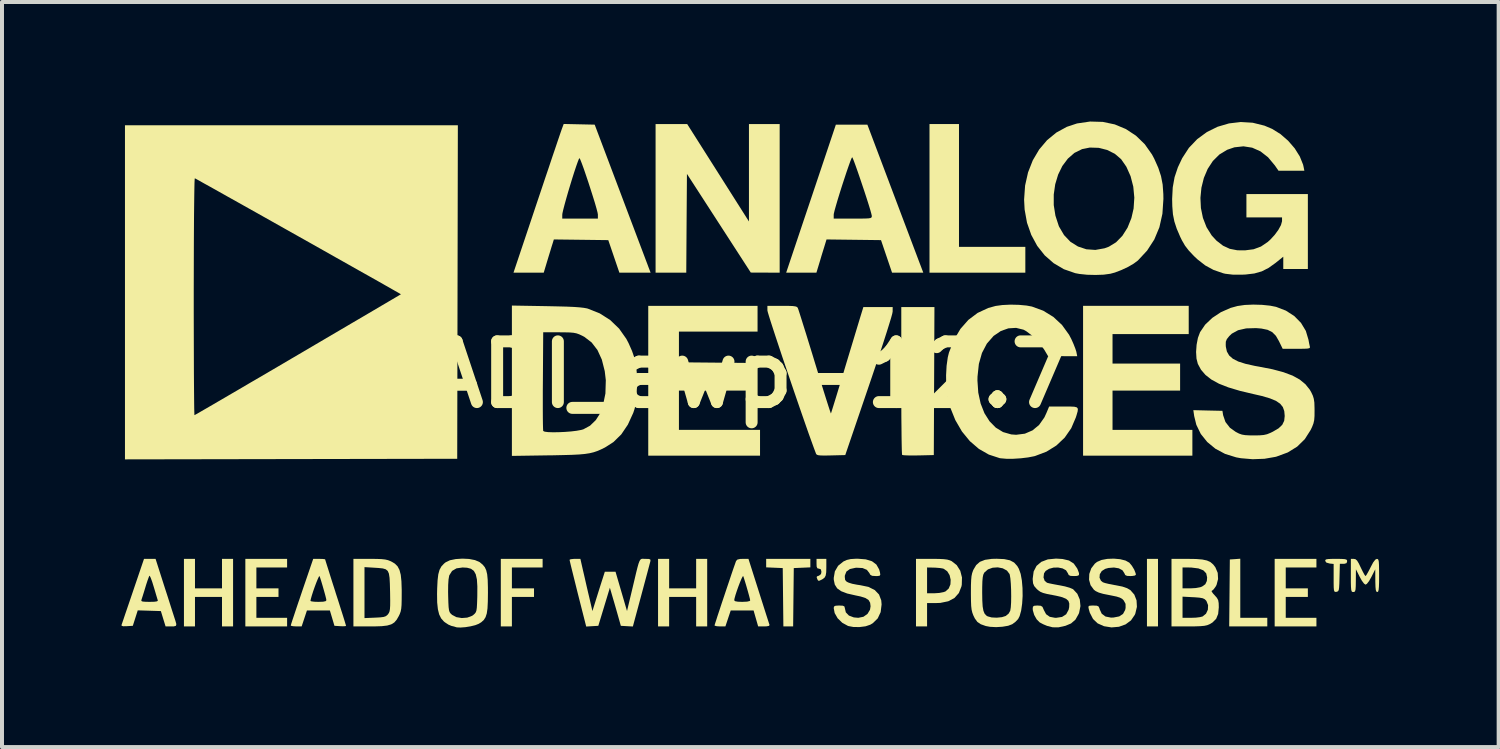
<source format=kicad_pcb>
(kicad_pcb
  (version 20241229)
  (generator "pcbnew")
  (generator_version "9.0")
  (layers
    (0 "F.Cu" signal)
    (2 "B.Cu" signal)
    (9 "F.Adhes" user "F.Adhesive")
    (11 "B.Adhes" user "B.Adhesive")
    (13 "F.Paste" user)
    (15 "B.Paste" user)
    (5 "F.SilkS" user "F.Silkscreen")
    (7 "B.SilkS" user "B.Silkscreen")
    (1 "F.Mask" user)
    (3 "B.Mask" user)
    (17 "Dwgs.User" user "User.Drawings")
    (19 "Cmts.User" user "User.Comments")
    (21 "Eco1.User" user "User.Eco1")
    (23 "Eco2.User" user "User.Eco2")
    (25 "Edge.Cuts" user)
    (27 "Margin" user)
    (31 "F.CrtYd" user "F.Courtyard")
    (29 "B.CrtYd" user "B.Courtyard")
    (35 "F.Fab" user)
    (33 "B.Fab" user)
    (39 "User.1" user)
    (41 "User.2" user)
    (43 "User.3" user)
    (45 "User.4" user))
  (footprint "ADI_awp-12.7"
    (layer "F.Cu")
    (at 15.776 6.351)
    (property "Reference" "ADI_awp-12.7" (at 0 0 0) (layer "F.SilkS") (effects (font (size 1.524 1.524) (thickness 0.3))))
    (attr board_only exclude_from_pos_files exclude_from_bom)
    (fp_poly (pts (xy 10.234 6.319) (xy 9.957 6.319) (xy 9.957 4.624) (xy 10.234 4.624)) (stroke (width 0) (type solid)) (fill yes) (layer "F.SilkS"))
    (fp_poly (pts (xy 5.24 -3.206) (xy 6.905 -3.206) (xy 6.905 -2.558) (xy 4.5 -2.558) (xy 4.5 -6.288) (xy 5.24 -6.288)) (stroke (width 0) (type solid)) (fill yes) (layer "F.SilkS"))
    (fp_poly (pts (xy 12.299 6.103) (xy 12.977 6.103) (xy 12.977 6.319) (xy 12.021 6.319) (xy 12.029 5.479) (xy 12.037 4.639) (xy 12.168 4.63) (xy 12.299 4.62)) (stroke (width 0) (type solid)) (fill yes) (layer "F.SilkS"))
    (fp_poly (pts (xy -5.209 4.84) (xy -5.98 4.84) (xy -5.98 5.364) (xy -5.425 5.364) (xy -5.425 5.579) (xy -5.98 5.579) (xy -5.98 6.319) (xy -6.258 6.319) (xy -6.258 4.624) (xy -5.209 4.624)) (stroke (width 0) (type solid)) (fill yes) (layer "F.SilkS"))
    (fp_poly (pts (xy -13.933 5.364) (xy -13.255 5.364) (xy -13.255 4.624) (xy -12.977 4.624) (xy -12.977 6.319) (xy -13.255 6.319) (xy -13.255 5.579) (xy -13.933 5.579) (xy -13.933 6.319) (xy -14.21 6.319) (xy -14.21 4.624) (xy -13.933 4.624)) (stroke (width 0) (type solid)) (fill yes) (layer "F.SilkS"))
    (fp_poly (pts (xy -11.621 4.84) (xy -12.392 4.84) (xy -12.392 5.364) (xy -11.837 5.364) (xy -11.837 5.579) (xy -12.392 5.579) (xy -12.392 6.103) (xy -11.621 6.103) (xy -11.621 6.319) (xy -12.669 6.319) (xy -12.669 4.624) (xy -11.621 4.624)) (stroke (width 0) (type solid)) (fill yes) (layer "F.SilkS"))
    (fp_poly (pts (xy -2.034 5.364) (xy -1.356 5.364) (xy -1.356 4.624) (xy -1.079 4.624) (xy -1.079 6.319) (xy -1.356 6.319) (xy -1.356 5.579) (xy -2.034 5.579) (xy -2.034 6.319) (xy -2.312 6.319) (xy -2.312 4.624) (xy -2.034 4.624)) (stroke (width 0) (type solid)) (fill yes) (layer "F.SilkS"))
    (fp_poly (pts (xy 1.51 4.837) (xy 1.302 4.846) (xy 1.094 4.855) (xy 1.086 5.587) (xy 1.078 6.319) (xy 0.833 6.319) (xy 0.825 5.587) (xy 0.817 4.855) (xy 0.609 4.846) (xy 0.401 4.837) (xy 0.401 4.624) (xy 1.51 4.624)) (stroke (width 0) (type solid)) (fill yes) (layer "F.SilkS"))
    (fp_poly (pts (xy 11.005 -1.017) (xy 9.093 -1.017) (xy 9.093 -0.277) (xy 10.789 -0.277) (xy 10.789 0.401) (xy 9.093 0.401) (xy 9.093 1.387) (xy 11.097 1.387) (xy 11.097 2.034) (xy 8.354 2.034) (xy 8.354 -1.726) (xy 11.005 -1.726)) (stroke (width 0) (type solid)) (fill yes) (layer "F.SilkS"))
    (fp_poly (pts (xy 14.21 4.84) (xy 13.44 4.84) (xy 13.44 5.364) (xy 13.995 5.364) (xy 13.995 5.579) (xy 13.44 5.579) (xy 13.44 6.103) (xy 14.21 6.103) (xy 14.21 6.319) (xy 13.162 6.319) (xy 13.162 4.624) (xy 14.21 4.624)) (stroke (width 0) (type solid)) (fill yes) (layer "F.SilkS"))
    (fp_poly (pts (xy -0.806 -5.066) (xy -0.031 -3.843) (xy -0.031 -6.288) (xy 0.74 -6.288) (xy 0.74 -2.558) (xy 0.015 -2.561) (xy -0.786 -3.799) (xy -1.587 -5.037) (xy -1.596 -3.798) (xy -1.604 -2.558) (xy -2.374 -2.558) (xy -2.374 -6.288) (xy -1.581 -6.288)) (stroke (width 0) (type solid)) (fill yes) (layer "F.SilkS"))
    (fp_poly (pts (xy 0.185 -1.079) (xy -1.788 -1.079) (xy -1.788 -0.309) (xy -0.917 -0.301) (xy -0.046 -0.293) (xy -0.029 0.401) (xy -1.788 0.401) (xy -1.788 1.387) (xy 0.247 1.387) (xy 0.247 2.034) (xy -2.558 2.034) (xy -2.558 -1.726) (xy 0.185 -1.726)) (stroke (width 0) (type solid)) (fill yes) (layer "F.SilkS"))
    (fp_poly (pts (xy 4.616 0.162) (xy 4.608 2.019) (xy 4.221 2.028) (xy 4.073 2.029) (xy 3.947 2.028) (xy 3.856 2.023) (xy 3.814 2.016) (xy 3.813 2.015) (xy 3.809 1.981) (xy 3.805 1.891) (xy 3.802 1.75) (xy 3.799 1.564) (xy 3.797 1.337) (xy 3.794 1.077) (xy 3.793 0.787) (xy 3.792 0.473) (xy 3.792 0.149) (xy 3.792 -1.695) (xy 4.624 -1.695)) (stroke (width 0) (type solid)) (fill yes) (layer "F.SilkS"))
    (fp_poly (pts (xy 1.911 4.832) (xy 1.908 4.96) (xy 1.895 5.041) (xy 1.868 5.093) (xy 1.821 5.13) (xy 1.798 5.143) (xy 1.735 5.173) (xy 1.704 5.17) (xy 1.684 5.131) (xy 1.683 5.13) (xy 1.667 5.079) (xy 1.687 5.058) (xy 1.726 5.046) (xy 1.777 5.006) (xy 1.788 4.95) (xy 1.775 4.888) (xy 1.728 4.87) (xy 1.726 4.87) (xy 1.686 4.86) (xy 1.668 4.818) (xy 1.665 4.747) (xy 1.665 4.624) (xy 1.911 4.624)) (stroke (width 0) (type solid)) (fill yes) (layer "F.SilkS"))
    (fp_poly (pts (xy 14.834 4.625) (xy 14.916 4.63) (xy 14.961 4.641) (xy 14.978 4.661) (xy 14.981 4.685) (xy 14.966 4.731) (xy 14.912 4.747) (xy 14.89 4.747) (xy 14.798 4.747) (xy 14.789 5.094) (xy 14.785 5.244) (xy 14.779 5.344) (xy 14.77 5.404) (xy 14.754 5.434) (xy 14.73 5.447) (xy 14.711 5.451) (xy 14.682 5.453) (xy 14.662 5.442) (xy 14.65 5.408) (xy 14.644 5.342) (xy 14.642 5.232) (xy 14.642 5.106) (xy 14.642 4.751) (xy 14.542 4.741) (xy 14.459 4.717) (xy 14.432 4.678) (xy 14.433 4.652) (xy 14.456 4.636) (xy 14.511 4.628) (xy 14.611 4.624) (xy 14.701 4.624)) (stroke (width 0) (type solid)) (fill yes) (layer "F.SilkS"))
    (fp_poly (pts (xy 4.729 4.625) (xy 4.855 4.631) (xy 4.945 4.642) (xy 5.011 4.661) (xy 5.056 4.681) (xy 5.184 4.782) (xy 5.272 4.922) (xy 5.315 5.09) (xy 5.31 5.274) (xy 5.302 5.315) (xy 5.237 5.481) (xy 5.127 5.605) (xy 4.971 5.688) (xy 4.771 5.729) (xy 4.663 5.733) (xy 4.439 5.733) (xy 4.439 6.319) (xy 4.161 6.319) (xy 4.161 4.84) (xy 4.439 4.84) (xy 4.439 5.487) (xy 4.625 5.487) (xy 4.747 5.479) (xy 4.854 5.458) (xy 4.901 5.441) (xy 4.982 5.368) (xy 5.025 5.265) (xy 5.031 5.147) (xy 5.004 5.031) (xy 4.944 4.934) (xy 4.854 4.872) (xy 4.837 4.866) (xy 4.763 4.854) (xy 4.657 4.845) (xy 4.601 4.843) (xy 4.439 4.84) (xy 4.161 4.84) (xy 4.161 4.624) (xy 4.555 4.624)) (stroke (width 0) (type solid)) (fill yes) (layer "F.SilkS"))
    (fp_poly (pts (xy -9.376 4.625) (xy -9.25 4.63) (xy -9.159 4.64) (xy -9.087 4.657) (xy -9.022 4.683) (xy -9.007 4.69) (xy -8.916 4.744) (xy -8.849 4.811) (xy -8.801 4.902) (xy -8.769 5.024) (xy -8.752 5.187) (xy -8.745 5.399) (xy -8.745 5.476) (xy -8.746 5.653) (xy -8.749 5.781) (xy -8.757 5.873) (xy -8.771 5.944) (xy -8.793 6.006) (xy -8.819 6.06) (xy -8.872 6.152) (xy -8.931 6.22) (xy -9.007 6.267) (xy -9.109 6.297) (xy -9.247 6.313) (xy -9.433 6.319) (xy -9.532 6.319) (xy -9.957 6.319) (xy -9.957 4.831) (xy -9.679 4.831) (xy -9.679 6.11) (xy -9.414 6.099) (xy -9.283 6.092) (xy -9.197 6.081) (xy -9.143 6.062) (xy -9.104 6.031) (xy -9.089 6.013) (xy -9.066 5.98) (xy -9.05 5.94) (xy -9.04 5.882) (xy -9.035 5.798) (xy -9.034 5.674) (xy -9.036 5.503) (xy -9.037 5.451) (xy -9.042 5.249) (xy -9.05 5.1) (xy -9.066 4.995) (xy -9.096 4.927) (xy -9.145 4.886) (xy -9.219 4.864) (xy -9.322 4.853) (xy -9.414 4.847) (xy -9.679 4.831) (xy -9.957 4.831) (xy -9.957 4.624) (xy -9.55 4.624)) (stroke (width 0) (type solid)) (fill yes) (layer "F.SilkS"))
    (fp_poly (pts (xy 15.191 4.633) (xy 15.23 4.667) (xy 15.273 4.738) (xy 15.322 4.84) (xy 15.372 4.942) (xy 15.413 5.018) (xy 15.439 5.054) (xy 15.442 5.055) (xy 15.464 5.03) (xy 15.504 4.961) (xy 15.555 4.864) (xy 15.567 4.84) (xy 15.634 4.713) (xy 15.688 4.643) (xy 15.727 4.624) (xy 15.749 4.629) (xy 15.765 4.649) (xy 15.775 4.695) (xy 15.78 4.776) (xy 15.782 4.902) (xy 15.783 5.04) (xy 15.782 5.21) (xy 15.778 5.328) (xy 15.771 5.402) (xy 15.759 5.442) (xy 15.742 5.456) (xy 15.736 5.456) (xy 15.714 5.445) (xy 15.7 5.406) (xy 15.692 5.327) (xy 15.688 5.199) (xy 15.688 5.171) (xy 15.686 4.886) (xy 15.589 5.078) (xy 15.53 5.182) (xy 15.477 5.25) (xy 15.443 5.271) (xy 15.404 5.244) (xy 15.35 5.172) (xy 15.298 5.078) (xy 15.201 4.886) (xy 15.199 5.171) (xy 15.197 5.305) (xy 15.192 5.389) (xy 15.18 5.434) (xy 15.161 5.453) (xy 15.135 5.456) (xy 15.11 5.453) (xy 15.093 5.436) (xy 15.083 5.397) (xy 15.077 5.326) (xy 15.074 5.213) (xy 15.074 5.048) (xy 15.074 5.04) (xy 15.074 4.624) (xy 15.148 4.624)) (stroke (width 0) (type solid)) (fill yes) (layer "F.SilkS"))
    (fp_poly (pts (xy -14.688 5.356) (xy -14.621 5.562) (xy -14.56 5.754) (xy -14.507 5.921) (xy -14.464 6.054) (xy -14.435 6.144) (xy -14.424 6.177) (xy -14.401 6.261) (xy -14.41 6.303) (xy -14.462 6.318) (xy -14.533 6.319) (xy -14.671 6.319) (xy -14.73 6.127) (xy -14.789 5.934) (xy -15.369 5.916) (xy -15.431 6.11) (xy -15.493 6.304) (xy -15.642 6.313) (xy -15.733 6.315) (xy -15.774 6.303) (xy -15.776 6.282) (xy -15.763 6.244) (xy -15.732 6.154) (xy -15.688 6.023) (xy -15.631 5.856) (xy -15.565 5.663) (xy -15.563 5.657) (xy -15.278 5.657) (xy -15.278 5.681) (xy -15.246 5.695) (xy -15.172 5.701) (xy -15.074 5.703) (xy -14.953 5.7) (xy -14.886 5.69) (xy -14.865 5.672) (xy -14.866 5.664) (xy -14.88 5.62) (xy -14.907 5.53) (xy -14.942 5.411) (xy -14.968 5.325) (xy -15.006 5.202) (xy -15.04 5.108) (xy -15.065 5.055) (xy -15.076 5.047) (xy -15.094 5.086) (xy -15.124 5.168) (xy -15.161 5.281) (xy -15.179 5.341) (xy -15.217 5.466) (xy -15.25 5.571) (xy -15.273 5.641) (xy -15.278 5.657) (xy -15.563 5.657) (xy -15.493 5.451) (xy -15.487 5.433) (xy -15.212 4.624) (xy -14.922 4.624)) (stroke (width 0) (type solid)) (fill yes) (layer "F.SilkS"))
    (fp_poly (pts (xy -10.729 4.626) (xy -10.675 4.633) (xy -10.666 4.638) (xy -10.657 4.67) (xy -10.631 4.753) (xy -10.591 4.879) (xy -10.54 5.042) (xy -10.48 5.232) (xy -10.412 5.443) (xy -10.404 5.471) (xy -10.335 5.684) (xy -10.274 5.878) (xy -10.221 6.044) (xy -10.18 6.176) (xy -10.153 6.266) (xy -10.142 6.305) (xy -10.142 6.306) (xy -10.169 6.314) (xy -10.239 6.315) (xy -10.287 6.313) (xy -10.433 6.304) (xy -10.548 5.918) (xy -11.123 5.918) (xy -11.256 6.319) (xy -11.392 6.319) (xy -11.474 6.314) (xy -11.523 6.303) (xy -11.529 6.296) (xy -11.52 6.262) (xy -11.493 6.177) (xy -11.45 6.049) (xy -11.396 5.886) (xy -11.332 5.695) (xy -11.326 5.68) (xy -11.035 5.68) (xy -11.007 5.691) (xy -10.934 5.7) (xy -10.835 5.703) (xy -10.718 5.699) (xy -10.654 5.685) (xy -10.635 5.662) (xy -10.643 5.618) (xy -10.665 5.531) (xy -10.696 5.419) (xy -10.731 5.297) (xy -10.765 5.183) (xy -10.794 5.092) (xy -10.808 5.055) (xy -10.822 5.068) (xy -10.85 5.127) (xy -10.887 5.217) (xy -10.928 5.326) (xy -10.968 5.44) (xy -11.002 5.547) (xy -11.026 5.632) (xy -11.035 5.68) (xy -11.326 5.68) (xy -11.26 5.484) (xy -11.248 5.448) (xy -10.966 4.624) (xy -10.816 4.624)) (stroke (width 0) (type solid)) (fill yes) (layer "F.SilkS"))
    (fp_poly (pts (xy -2.665 4.623) (xy -2.631 4.624) (xy -2.545 4.626) (xy -2.507 4.639) (xy -2.502 4.671) (xy -2.507 4.693) (xy -2.52 4.741) (xy -2.546 4.839) (xy -2.583 4.98) (xy -2.63 5.154) (xy -2.683 5.352) (xy -2.734 5.542) (xy -2.944 6.321) (xy -3.095 6.313) (xy -3.246 6.304) (xy -3.32 6.042) (xy -3.364 5.887) (xy -3.412 5.721) (xy -3.454 5.578) (xy -3.458 5.564) (xy -3.521 5.348) (xy -3.666 5.826) (xy -3.811 6.304) (xy -3.963 6.313) (xy -4.115 6.322) (xy -4.325 5.496) (xy -4.379 5.279) (xy -4.428 5.082) (xy -4.47 4.913) (xy -4.503 4.779) (xy -4.524 4.688) (xy -4.533 4.648) (xy -4.533 4.647) (xy -4.504 4.633) (xy -4.434 4.625) (xy -4.396 4.624) (xy -4.261 4.624) (xy -4.193 4.924) (xy -4.155 5.087) (xy -4.111 5.281) (xy -4.066 5.475) (xy -4.041 5.579) (xy -3.959 5.934) (xy -3.858 5.61) (xy -3.81 5.456) (xy -3.762 5.304) (xy -3.721 5.175) (xy -3.702 5.117) (xy -3.648 4.947) (xy -3.379 4.947) (xy -3.235 5.44) (xy -3.091 5.933) (xy -2.962 5.394) (xy -2.906 5.159) (xy -2.863 4.976) (xy -2.829 4.84) (xy -2.802 4.744) (xy -2.778 4.681) (xy -2.756 4.644) (xy -2.731 4.626) (xy -2.702 4.621)) (stroke (width 0) (type solid)) (fill yes) (layer "F.SilkS"))
    (fp_poly (pts (xy 0.214 5.433) (xy 0.282 5.647) (xy 0.344 5.842) (xy 0.398 6.011) (xy 0.441 6.145) (xy 0.471 6.238) (xy 0.485 6.28) (xy 0.485 6.281) (xy 0.474 6.305) (xy 0.413 6.317) (xy 0.35 6.319) (xy 0.2 6.319) (xy 0.085 5.918) (xy -0.488 5.918) (xy -0.555 6.119) (xy -0.622 6.319) (xy -0.758 6.319) (xy -0.84 6.314) (xy -0.888 6.301) (xy -0.894 6.294) (xy -0.885 6.26) (xy -0.858 6.178) (xy -0.819 6.055) (xy -0.768 5.902) (xy -0.711 5.728) (xy -0.689 5.663) (xy -0.401 5.663) (xy -0.379 5.686) (xy -0.309 5.699) (xy -0.2 5.703) (xy -0.076 5.697) (xy -0.011 5.681) (xy 0 5.666) (xy -0.008 5.624) (xy -0.03 5.539) (xy -0.061 5.428) (xy -0.096 5.306) (xy -0.131 5.19) (xy -0.16 5.097) (xy -0.175 5.055) (xy -0.189 5.066) (xy -0.218 5.122) (xy -0.255 5.21) (xy -0.296 5.317) (xy -0.336 5.43) (xy -0.37 5.534) (xy -0.393 5.618) (xy -0.401 5.663) (xy -0.689 5.663) (xy -0.648 5.541) (xy -0.585 5.352) (xy -0.523 5.169) (xy -0.467 5.001) (xy -0.418 4.858) (xy -0.38 4.75) (xy -0.357 4.685) (xy -0.354 4.678) (xy -0.322 4.642) (xy -0.253 4.626) (xy -0.188 4.624) (xy -0.043 4.624)) (stroke (width 0) (type solid)) (fill yes) (layer "F.SilkS"))
    (fp_poly (pts (xy 3.581 -4.578) (xy 3.699 -4.265) (xy 3.812 -3.965) (xy 3.918 -3.685) (xy 4.015 -3.428) (xy 4.1 -3.203) (xy 4.172 -3.013) (xy 4.228 -2.864) (xy 4.266 -2.764) (xy 4.283 -2.72) (xy 4.344 -2.558) (xy 3.952 -2.559) (xy 3.56 -2.559) (xy 3.283 -3.375) (xy 1.916 -3.392) (xy 1.885 -3.291) (xy 1.863 -3.219) (xy 1.828 -3.106) (xy 1.786 -2.97) (xy 1.758 -2.874) (xy 1.662 -2.558) (xy 0.903 -2.558) (xy 1.358 -3.915) (xy 2.096 -3.915) (xy 2.574 -3.915) (xy 2.755 -3.915) (xy 2.883 -3.917) (xy 2.968 -3.921) (xy 3.018 -3.929) (xy 3.043 -3.943) (xy 3.051 -3.963) (xy 3.052 -3.984) (xy 3.042 -4.03) (xy 3.017 -4.122) (xy 2.978 -4.251) (xy 2.929 -4.406) (xy 2.873 -4.578) (xy 2.813 -4.757) (xy 2.753 -4.935) (xy 2.696 -5.101) (xy 2.645 -5.245) (xy 2.603 -5.359) (xy 2.573 -5.432) (xy 2.56 -5.456) (xy 2.543 -5.428) (xy 2.512 -5.351) (xy 2.47 -5.234) (xy 2.419 -5.087) (xy 2.364 -4.92) (xy 2.306 -4.743) (xy 2.25 -4.566) (xy 2.198 -4.397) (xy 2.154 -4.247) (xy 2.12 -4.126) (xy 2.1 -4.043) (xy 2.096 -4.014) (xy 2.096 -3.915) (xy 1.358 -3.915) (xy 1.527 -4.416) (xy 2.15 -6.273) (xy 2.941 -6.273)) (stroke (width 0) (type solid)) (fill yes) (layer "F.SilkS"))
    (fp_poly (pts (xy -3.902 -6.273) (xy -3.262 -4.578) (xy -3.144 -4.265) (xy -3.031 -3.965) (xy -2.925 -3.685) (xy -2.828 -3.428) (xy -2.743 -3.203) (xy -2.671 -3.013) (xy -2.615 -2.864) (xy -2.577 -2.764) (xy -2.561 -2.72) (xy -2.499 -2.558) (xy -2.891 -2.559) (xy -3.283 -2.559) (xy -3.561 -3.375) (xy -4.927 -3.392) (xy -4.958 -3.291) (xy -4.981 -3.219) (xy -5.015 -3.106) (xy -5.057 -2.97) (xy -5.086 -2.874) (xy -5.181 -2.558) (xy -5.94 -2.558) (xy -5.485 -3.915) (xy -4.716 -3.915) (xy -3.822 -3.915) (xy -3.822 -4.02) (xy -3.832 -4.074) (xy -3.858 -4.173) (xy -3.897 -4.309) (xy -3.947 -4.47) (xy -4.003 -4.646) (xy -4.061 -4.826) (xy -4.12 -5.001) (xy -4.174 -5.16) (xy -4.222 -5.291) (xy -4.259 -5.386) (xy -4.282 -5.432) (xy -4.283 -5.433) (xy -4.298 -5.413) (xy -4.326 -5.343) (xy -4.365 -5.233) (xy -4.412 -5.092) (xy -4.464 -4.929) (xy -4.517 -4.755) (xy -4.57 -4.579) (xy -4.618 -4.411) (xy -4.66 -4.259) (xy -4.692 -4.135) (xy -4.712 -4.046) (xy -4.716 -4.009) (xy -4.716 -3.915) (xy -5.485 -3.915) (xy -5.359 -4.292) (xy -5.252 -4.61) (xy -5.151 -4.912) (xy -5.055 -5.195) (xy -4.969 -5.453) (xy -4.892 -5.679) (xy -4.828 -5.869) (xy -4.778 -6.016) (xy -4.744 -6.115) (xy -4.729 -6.158) (xy -4.68 -6.29)) (stroke (width 0) (type solid)) (fill yes) (layer "F.SilkS"))
    (fp_poly (pts (xy 10.981 4.624) (xy 11.189 4.627) (xy 11.346 4.64) (xy 11.463 4.665) (xy 11.55 4.705) (xy 11.62 4.765) (xy 11.674 4.836) (xy 11.733 4.975) (xy 11.742 5.13) (xy 11.703 5.279) (xy 11.68 5.321) (xy 11.631 5.388) (xy 11.59 5.423) (xy 11.582 5.425) (xy 11.581 5.445) (xy 11.616 5.494) (xy 11.654 5.535) (xy 11.712 5.601) (xy 11.744 5.659) (xy 11.757 5.734) (xy 11.76 5.841) (xy 11.744 6.006) (xy 11.694 6.128) (xy 11.601 6.221) (xy 11.526 6.265) (xy 11.47 6.288) (xy 11.397 6.304) (xy 11.296 6.313) (xy 11.156 6.318) (xy 10.997 6.319) (xy 10.573 6.319) (xy 10.573 5.572) (xy 10.85 5.572) (xy 10.85 6.103) (xy 11.065 6.103) (xy 11.185 6.099) (xy 11.29 6.086) (xy 11.354 6.069) (xy 11.439 6) (xy 11.486 5.899) (xy 11.491 5.786) (xy 11.45 5.682) (xy 11.441 5.67) (xy 11.405 5.635) (xy 11.356 5.612) (xy 11.279 5.598) (xy 11.16 5.588) (xy 11.117 5.586) (xy 10.85 5.572) (xy 10.573 5.572) (xy 10.573 4.84) (xy 10.85 4.84) (xy 10.85 5.364) (xy 11.052 5.364) (xy 11.183 5.356) (xy 11.293 5.336) (xy 11.341 5.318) (xy 11.422 5.26) (xy 11.46 5.179) (xy 11.467 5.09) (xy 11.444 4.987) (xy 11.372 4.912) (xy 11.25 4.864) (xy 11.075 4.842) (xy 10.997 4.84) (xy 10.85 4.84) (xy 10.573 4.84) (xy 10.573 4.624)) (stroke (width 0) (type solid)) (fill yes) (layer "F.SilkS"))
    (fp_poly (pts (xy 0.959 -1.725) (xy 1.067 -1.721) (xy 1.135 -1.712) (xy 1.174 -1.698) (xy 1.194 -1.675) (xy 1.195 -1.672) (xy 1.21 -1.632) (xy 1.24 -1.539) (xy 1.284 -1.4) (xy 1.34 -1.221) (xy 1.407 -1.008) (xy 1.481 -0.767) (xy 1.562 -0.505) (xy 1.619 -0.317) (xy 1.702 -0.047) (xy 1.779 0.204) (xy 1.849 0.43) (xy 1.91 0.624) (xy 1.96 0.781) (xy 1.997 0.895) (xy 2.02 0.961) (xy 2.026 0.975) (xy 2.037 0.944) (xy 2.063 0.861) (xy 2.103 0.732) (xy 2.155 0.564) (xy 2.216 0.363) (xy 2.285 0.137) (xy 2.36 -0.109) (xy 2.36 -0.111) (xy 2.438 -0.37) (xy 2.514 -0.621) (xy 2.585 -0.855) (xy 2.648 -1.064) (xy 2.701 -1.239) (xy 2.741 -1.371) (xy 2.762 -1.441) (xy 2.84 -1.695) (xy 3.576 -1.695) (xy 3.575 -1.58) (xy 3.565 -1.528) (xy 3.536 -1.422) (xy 3.489 -1.268) (xy 3.427 -1.069) (xy 3.35 -0.829) (xy 3.26 -0.555) (xy 3.158 -0.249) (xy 3.046 0.083) (xy 2.98 0.277) (xy 2.386 2.019) (xy 2.029 2.028) (xy 1.874 2.031) (xy 1.77 2.029) (xy 1.706 2.022) (xy 1.671 2.009) (xy 1.653 1.987) (xy 1.651 1.981) (xy 1.601 1.848) (xy 1.538 1.674) (xy 1.463 1.466) (xy 1.38 1.229) (xy 1.29 0.97) (xy 1.195 0.695) (xy 1.097 0.41) (xy 0.999 0.122) (xy 0.902 -0.163) (xy 0.808 -0.44) (xy 0.721 -0.702) (xy 0.641 -0.943) (xy 0.571 -1.157) (xy 0.513 -1.336) (xy 0.469 -1.477) (xy 0.441 -1.571) (xy 0.432 -1.613) (xy 0.432 -1.726) (xy 0.8 -1.726)) (stroke (width 0) (type solid)) (fill yes) (layer "F.SilkS"))
    (fp_poly (pts (xy 6.376 4.63) (xy 6.518 4.66) (xy 6.623 4.716) (xy 6.703 4.804) (xy 6.743 4.874) (xy 6.788 5.001) (xy 6.818 5.167) (xy 6.834 5.356) (xy 6.837 5.555) (xy 6.825 5.748) (xy 6.8 5.922) (xy 6.762 6.06) (xy 6.724 6.134) (xy 6.655 6.206) (xy 6.576 6.264) (xy 6.473 6.303) (xy 6.331 6.327) (xy 6.173 6.337) (xy 6.019 6.329) (xy 5.912 6.309) (xy 5.786 6.264) (xy 5.701 6.206) (xy 5.637 6.118) (xy 5.6 6.042) (xy 5.575 5.975) (xy 5.557 5.901) (xy 5.546 5.808) (xy 5.541 5.681) (xy 5.539 5.508) (xy 5.539 5.471) (xy 5.539 5.463) (xy 5.822 5.463) (xy 5.825 5.667) (xy 5.834 5.818) (xy 5.853 5.926) (xy 5.883 5.999) (xy 5.926 6.046) (xy 5.96 6.067) (xy 6.06 6.094) (xy 6.188 6.1) (xy 6.317 6.087) (xy 6.413 6.057) (xy 6.487 5.996) (xy 6.526 5.926) (xy 6.54 5.841) (xy 6.548 5.714) (xy 6.55 5.563) (xy 6.548 5.402) (xy 6.541 5.248) (xy 6.53 5.117) (xy 6.515 5.026) (xy 6.508 5.003) (xy 6.442 4.917) (xy 6.338 4.861) (xy 6.213 4.837) (xy 6.084 4.846) (xy 5.967 4.888) (xy 5.879 4.964) (xy 5.872 4.975) (xy 5.85 5.02) (xy 5.836 5.087) (xy 5.827 5.187) (xy 5.823 5.329) (xy 5.822 5.463) (xy 5.539 5.463) (xy 5.54 5.29) (xy 5.545 5.157) (xy 5.554 5.059) (xy 5.57 4.983) (xy 5.594 4.915) (xy 5.603 4.895) (xy 5.672 4.779) (xy 5.765 4.698) (xy 5.893 4.648) (xy 6.064 4.624) (xy 6.185 4.621)) (stroke (width 0) (type solid)) (fill yes) (layer "F.SilkS"))
    (fp_poly (pts (xy -7.352 2.112) (xy -15.69 2.127) (xy -15.69 -1.96) (xy -13.964 -1.96) (xy -13.964 -1.537) (xy -13.963 -1.133) (xy -13.962 -0.75) (xy -13.961 -0.394) (xy -13.96 -0.068) (xy -13.958 0.223) (xy -13.956 0.476) (xy -13.954 0.685) (xy -13.952 0.847) (xy -13.949 0.957) (xy -13.947 1.012) (xy -13.946 1.017) (xy -13.917 1.002) (xy -13.839 0.958) (xy -13.715 0.886) (xy -13.549 0.79) (xy -13.345 0.671) (xy -13.105 0.531) (xy -12.834 0.373) (xy -12.536 0.198) (xy -12.213 0.01) (xy -11.87 -0.191) (xy -11.511 -0.402) (xy -11.349 -0.497) (xy -10.983 -0.712) (xy -10.633 -0.918) (xy -10.302 -1.112) (xy -9.993 -1.294) (xy -9.711 -1.459) (xy -9.458 -1.608) (xy -9.239 -1.737) (xy -9.057 -1.844) (xy -8.916 -1.927) (xy -8.819 -1.984) (xy -8.77 -2.013) (xy -8.764 -2.016) (xy -8.789 -2.031) (xy -8.864 -2.074) (xy -8.984 -2.142) (xy -9.144 -2.233) (xy -9.339 -2.344) (xy -9.566 -2.472) (xy -9.821 -2.615) (xy -10.097 -2.771) (xy -10.392 -2.937) (xy -10.7 -3.111) (xy -11.017 -3.29) (xy -11.339 -3.471) (xy -11.661 -3.652) (xy -11.979 -3.831) (xy -12.288 -4.005) (xy -12.584 -4.171) (xy -12.862 -4.327) (xy -13.118 -4.47) (xy -13.347 -4.599) (xy -13.545 -4.71) (xy -13.708 -4.8) (xy -13.83 -4.869) (xy -13.908 -4.912) (xy -13.937 -4.927) (xy -13.941 -4.898) (xy -13.945 -4.812) (xy -13.948 -4.672) (xy -13.951 -4.483) (xy -13.954 -4.247) (xy -13.957 -3.971) (xy -13.959 -3.656) (xy -13.961 -3.308) (xy -13.962 -2.931) (xy -13.963 -2.527) (xy -13.964 -2.103) (xy -13.964 -1.96) (xy -15.69 -1.96) (xy -15.69 -6.258) (xy -7.336 -6.258)) (stroke (width 0) (type solid)) (fill yes) (layer "F.SilkS"))
    (fp_poly (pts (xy 2.901 4.636) (xy 3.057 4.684) (xy 3.167 4.767) (xy 3.236 4.888) (xy 3.257 4.963) (xy 3.265 5.021) (xy 3.248 5.048) (xy 3.192 5.055) (xy 3.147 5.055) (xy 3.061 5.049) (xy 3.015 5.024) (xy 2.99 4.978) (xy 2.928 4.899) (xy 2.819 4.854) (xy 2.669 4.846) (xy 2.643 4.848) (xy 2.503 4.879) (xy 2.415 4.942) (xy 2.376 5.04) (xy 2.374 5.077) (xy 2.383 5.154) (xy 2.423 5.198) (xy 2.474 5.222) (xy 2.561 5.249) (xy 2.679 5.272) (xy 2.759 5.284) (xy 2.967 5.327) (xy 3.125 5.406) (xy 3.233 5.518) (xy 3.289 5.665) (xy 3.298 5.767) (xy 3.274 5.961) (xy 3.201 6.117) (xy 3.079 6.237) (xy 3.014 6.276) (xy 2.896 6.316) (xy 2.746 6.335) (xy 2.593 6.334) (xy 2.465 6.31) (xy 2.455 6.307) (xy 2.311 6.228) (xy 2.195 6.115) (xy 2.12 5.984) (xy 2.096 5.858) (xy 2.105 5.819) (xy 2.142 5.8) (xy 2.222 5.795) (xy 2.235 5.795) (xy 2.322 5.799) (xy 2.363 5.816) (xy 2.374 5.853) (xy 2.374 5.854) (xy 2.4 5.966) (xy 2.478 6.047) (xy 2.6 6.093) (xy 2.713 6.103) (xy 2.842 6.077) (xy 2.944 6.005) (xy 3.007 5.9) (xy 3.021 5.813) (xy 3.01 5.724) (xy 2.971 5.657) (xy 2.894 5.607) (xy 2.772 5.568) (xy 2.639 5.54) (xy 2.434 5.493) (xy 2.285 5.436) (xy 2.183 5.364) (xy 2.123 5.269) (xy 2.098 5.149) (xy 2.097 5.101) (xy 2.125 4.938) (xy 2.207 4.797) (xy 2.337 4.692) (xy 2.337 4.691) (xy 2.425 4.651) (xy 2.52 4.629) (xy 2.646 4.621) (xy 2.696 4.62)) (stroke (width 0) (type solid)) (fill yes) (layer "F.SilkS"))
    (fp_poly (pts (xy 8.848 -6.342) (xy 9.149 -6.279) (xy 9.429 -6.162) (xy 9.681 -5.996) (xy 9.901 -5.783) (xy 10.083 -5.525) (xy 10.139 -5.42) (xy 10.241 -5.191) (xy 10.31 -4.982) (xy 10.351 -4.77) (xy 10.368 -4.532) (xy 10.37 -4.408) (xy 10.345 -4.036) (xy 10.269 -3.697) (xy 10.141 -3.39) (xy 9.96 -3.111) (xy 9.73 -2.864) (xy 9.624 -2.785) (xy 9.479 -2.701) (xy 9.315 -2.624) (xy 9.153 -2.562) (xy 9.038 -2.531) (xy 8.87 -2.508) (xy 8.668 -2.501) (xy 8.457 -2.506) (xy 8.264 -2.526) (xy 8.157 -2.546) (xy 7.872 -2.645) (xy 7.616 -2.796) (xy 7.391 -2.993) (xy 7.203 -3.231) (xy 7.054 -3.506) (xy 6.947 -3.811) (xy 6.887 -4.143) (xy 6.874 -4.393) (xy 6.883 -4.52) (xy 7.618 -4.52) (xy 7.618 -4.254) (xy 7.66 -3.989) (xy 7.744 -3.731) (xy 7.752 -3.713) (xy 7.876 -3.502) (xy 8.036 -3.334) (xy 8.226 -3.215) (xy 8.437 -3.145) (xy 8.662 -3.129) (xy 8.892 -3.17) (xy 9.001 -3.21) (xy 9.182 -3.321) (xy 9.34 -3.483) (xy 9.47 -3.688) (xy 9.567 -3.929) (xy 9.622 -4.168) (xy 9.64 -4.441) (xy 9.614 -4.717) (xy 9.546 -4.98) (xy 9.44 -5.217) (xy 9.309 -5.406) (xy 9.151 -5.541) (xy 8.957 -5.638) (xy 8.743 -5.691) (xy 8.524 -5.698) (xy 8.329 -5.659) (xy 8.137 -5.564) (xy 7.972 -5.42) (xy 7.834 -5.236) (xy 7.728 -5.019) (xy 7.655 -4.777) (xy 7.618 -4.52) (xy 6.883 -4.52) (xy 6.899 -4.745) (xy 6.973 -5.075) (xy 7.092 -5.378) (xy 7.252 -5.649) (xy 7.45 -5.883) (xy 7.683 -6.074) (xy 7.946 -6.218) (xy 8.202 -6.303) (xy 8.53 -6.351)) (stroke (width 0) (type solid)) (fill yes) (layer "F.SilkS"))
    (fp_poly (pts (xy -5.109 -1.718) (xy -4.827 -1.712) (xy -4.599 -1.706) (xy -4.42 -1.698) (xy -4.281 -1.688) (xy -4.176 -1.676) (xy -4.098 -1.662) (xy -4.073 -1.655) (xy -3.776 -1.537) (xy -3.514 -1.37) (xy -3.29 -1.155) (xy -3.108 -0.897) (xy -3.053 -0.792) (xy -2.965 -0.593) (xy -2.902 -0.411) (xy -2.863 -0.226) (xy -2.844 -0.023) (xy -2.841 0.216) (xy -2.844 0.324) (xy -2.852 0.512) (xy -2.863 0.655) (xy -2.879 0.766) (xy -2.902 0.863) (xy -2.934 0.959) (xy -3.07 1.256) (xy -3.235 1.5) (xy -3.432 1.693) (xy -3.643 1.828) (xy -3.745 1.878) (xy -3.838 1.918) (xy -3.93 1.949) (xy -4.031 1.973) (xy -4.149 1.991) (xy -4.291 2.004) (xy -4.468 2.013) (xy -4.686 2.019) (xy -4.954 2.025) (xy -5.063 2.026) (xy -5.98 2.04) (xy -5.98 0.674) (xy -5.204 0.674) (xy -5.204 0.899) (xy -5.203 1.092) (xy -5.201 1.246) (xy -5.198 1.354) (xy -5.195 1.409) (xy -5.194 1.414) (xy -5.157 1.432) (xy -5.072 1.443) (xy -4.95 1.447) (xy -4.805 1.445) (xy -4.649 1.438) (xy -4.494 1.426) (xy -4.354 1.409) (xy -4.24 1.388) (xy -4.187 1.373) (xy -4.019 1.282) (xy -3.874 1.141) (xy -3.76 0.962) (xy -3.703 0.813) (xy -3.633 0.474) (xy -3.623 0.14) (xy -3.65 -0.088) (xy -3.723 -0.377) (xy -3.833 -0.617) (xy -3.979 -0.807) (xy -4.161 -0.947) (xy -4.214 -0.975) (xy -4.29 -1.011) (xy -4.358 -1.035) (xy -4.433 -1.05) (xy -4.53 -1.058) (xy -4.662 -1.061) (xy -4.791 -1.062) (xy -5.194 -1.063) (xy -5.202 0.154) (xy -5.204 0.423) (xy -5.204 0.674) (xy -5.98 0.674) (xy -5.98 -1.733)) (stroke (width 0) (type solid)) (fill yes) (layer "F.SilkS"))
    (fp_poly (pts (xy -7.055 4.626) (xy -6.906 4.655) (xy -6.793 4.703) (xy -6.784 4.71) (xy -6.713 4.769) (xy -6.66 4.833) (xy -6.624 4.911) (xy -6.6 5.013) (xy -6.587 5.151) (xy -6.582 5.334) (xy -6.581 5.471) (xy -6.584 5.694) (xy -6.592 5.865) (xy -6.61 5.993) (xy -6.641 6.088) (xy -6.686 6.158) (xy -6.748 6.214) (xy -6.813 6.254) (xy -6.899 6.288) (xy -7.018 6.317) (xy -7.148 6.338) (xy -7.27 6.347) (xy -7.361 6.343) (xy -7.383 6.337) (xy -7.434 6.321) (xy -7.498 6.306) (xy -7.573 6.274) (xy -7.661 6.216) (xy -7.688 6.194) (xy -7.756 6.117) (xy -7.805 6.018) (xy -7.837 5.889) (xy -7.855 5.72) (xy -7.858 5.503) (xy -7.857 5.455) (xy -7.581 5.455) (xy -7.579 5.561) (xy -7.574 5.724) (xy -7.568 5.836) (xy -7.558 5.911) (xy -7.543 5.959) (xy -7.519 5.994) (xy -7.484 6.026) (xy -7.481 6.029) (xy -7.374 6.086) (xy -7.238 6.109) (xy -7.099 6.098) (xy -6.978 6.053) (xy -6.945 6.029) (xy -6.91 5.997) (xy -6.886 5.964) (xy -6.87 5.919) (xy -6.86 5.849) (xy -6.854 5.744) (xy -6.849 5.592) (xy -6.848 5.542) (xy -6.847 5.313) (xy -6.858 5.139) (xy -6.887 5.011) (xy -6.935 4.925) (xy -7.007 4.872) (xy -7.106 4.846) (xy -7.217 4.84) (xy -7.371 4.862) (xy -7.482 4.927) (xy -7.55 5.036) (xy -7.554 5.05) (xy -7.57 5.14) (xy -7.579 5.279) (xy -7.581 5.455) (xy -7.857 5.455) (xy -7.855 5.364) (xy -7.845 5.163) (xy -7.827 5.012) (xy -7.796 4.899) (xy -7.749 4.813) (xy -7.682 4.742) (xy -7.642 4.71) (xy -7.536 4.659) (xy -7.389 4.629) (xy -7.223 4.618)) (stroke (width 0) (type solid)) (fill yes) (layer "F.SilkS"))
    (fp_poly (pts (xy 12.611 -6.321) (xy 12.905 -6.248) (xy 13.099 -6.166) (xy 13.308 -6.036) (xy 13.5 -5.869) (xy 13.665 -5.678) (xy 13.793 -5.474) (xy 13.875 -5.27) (xy 13.887 -5.217) (xy 13.907 -5.117) (xy 13.258 -5.117) (xy 13.167 -5.249) (xy 12.996 -5.454) (xy 12.805 -5.603) (xy 12.598 -5.695) (xy 12.379 -5.729) (xy 12.151 -5.704) (xy 11.97 -5.642) (xy 11.775 -5.524) (xy 11.611 -5.361) (xy 11.481 -5.162) (xy 11.385 -4.936) (xy 11.324 -4.691) (xy 11.299 -4.436) (xy 11.311 -4.18) (xy 11.362 -3.932) (xy 11.452 -3.7) (xy 11.582 -3.492) (xy 11.703 -3.361) (xy 11.866 -3.235) (xy 12.035 -3.157) (xy 12.225 -3.12) (xy 12.417 -3.118) (xy 12.634 -3.146) (xy 12.818 -3.214) (xy 12.988 -3.329) (xy 13.051 -3.386) (xy 13.162 -3.506) (xy 13.255 -3.633) (xy 13.32 -3.752) (xy 13.347 -3.85) (xy 13.347 -3.859) (xy 13.347 -3.946) (xy 12.453 -3.946) (xy 12.453 -4.531) (xy 13.995 -4.531) (xy 13.995 -2.651) (xy 13.378 -2.651) (xy 13.378 -2.959) (xy 13.187 -2.805) (xy 13.01 -2.678) (xy 12.838 -2.591) (xy 12.652 -2.538) (xy 12.433 -2.512) (xy 12.346 -2.508) (xy 12.108 -2.509) (xy 11.922 -2.531) (xy 11.868 -2.544) (xy 11.628 -2.627) (xy 11.42 -2.74) (xy 11.223 -2.894) (xy 11.135 -2.977) (xy 11.007 -3.113) (xy 10.912 -3.236) (xy 10.834 -3.371) (xy 10.792 -3.457) (xy 10.704 -3.662) (xy 10.645 -3.843) (xy 10.609 -4.023) (xy 10.593 -4.225) (xy 10.589 -4.408) (xy 10.604 -4.697) (xy 10.65 -4.954) (xy 10.733 -5.202) (xy 10.841 -5.431) (xy 11.01 -5.691) (xy 11.219 -5.91) (xy 11.462 -6.088) (xy 11.73 -6.22) (xy 12.016 -6.304) (xy 12.312 -6.339)) (stroke (width 0) (type solid)) (fill yes) (layer "F.SilkS"))
    (fp_poly (pts (xy 9.283 4.632) (xy 9.419 4.666) (xy 9.514 4.719) (xy 9.515 4.72) (xy 9.579 4.797) (xy 9.637 4.893) (xy 9.673 4.985) (xy 9.679 5.024) (xy 9.652 5.043) (xy 9.582 5.054) (xy 9.544 5.055) (xy 9.457 5.051) (xy 9.412 5.03) (xy 9.391 4.986) (xy 9.39 4.984) (xy 9.342 4.91) (xy 9.251 4.861) (xy 9.129 4.841) (xy 8.992 4.852) (xy 8.911 4.874) (xy 8.823 4.929) (xy 8.774 5.009) (xy 8.767 5.096) (xy 8.803 5.174) (xy 8.85 5.211) (xy 8.908 5.231) (xy 9.008 5.255) (xy 9.132 5.279) (xy 9.174 5.286) (xy 9.34 5.319) (xy 9.459 5.36) (xy 9.541 5.408) (xy 9.64 5.521) (xy 9.696 5.665) (xy 9.705 5.828) (xy 9.665 5.997) (xy 9.651 6.029) (xy 9.557 6.167) (xy 9.421 6.268) (xy 9.254 6.328) (xy 9.068 6.344) (xy 8.879 6.314) (xy 8.72 6.243) (xy 8.604 6.133) (xy 8.523 5.975) (xy 8.496 5.88) (xy 8.487 5.828) (xy 8.503 5.803) (xy 8.558 5.796) (xy 8.613 5.795) (xy 8.699 5.799) (xy 8.742 5.818) (xy 8.764 5.863) (xy 8.77 5.887) (xy 8.822 6) (xy 8.917 6.071) (xy 9.054 6.098) (xy 9.118 6.096) (xy 9.261 6.068) (xy 9.356 6.006) (xy 9.41 5.906) (xy 9.421 5.855) (xy 9.42 5.753) (xy 9.374 5.668) (xy 9.334 5.627) (xy 9.279 5.597) (xy 9.195 5.57) (xy 9.069 5.544) (xy 9.014 5.533) (xy 8.858 5.502) (xy 8.748 5.47) (xy 8.671 5.433) (xy 8.626 5.399) (xy 8.542 5.285) (xy 8.504 5.148) (xy 8.51 5.002) (xy 8.559 4.862) (xy 8.649 4.744) (xy 8.705 4.7) (xy 8.818 4.651) (xy 8.964 4.624) (xy 9.125 4.618)) (stroke (width 0) (type solid)) (fill yes) (layer "F.SilkS"))
    (fp_poly (pts (xy 6.743 -1.751) (xy 6.937 -1.733) (xy 7.07 -1.708) (xy 7.354 -1.604) (xy 7.608 -1.448) (xy 7.826 -1.245) (xy 8.002 -1.001) (xy 8.061 -0.888) (xy 8.115 -0.767) (xy 8.159 -0.654) (xy 8.186 -0.571) (xy 8.187 -0.563) (xy 8.207 -0.462) (xy 7.475 -0.464) (xy 7.383 -0.62) (xy 7.293 -0.747) (xy 7.178 -0.877) (xy 7.053 -0.995) (xy 6.933 -1.086) (xy 6.86 -1.127) (xy 6.673 -1.173) (xy 6.479 -1.161) (xy 6.29 -1.094) (xy 6.113 -0.974) (xy 6.106 -0.968) (xy 5.939 -0.777) (xy 5.817 -0.544) (xy 5.739 -0.269) (xy 5.705 0.049) (xy 5.703 0.148) (xy 5.724 0.453) (xy 5.784 0.728) (xy 5.879 0.969) (xy 6.007 1.171) (xy 6.163 1.33) (xy 6.346 1.442) (xy 6.552 1.501) (xy 6.674 1.51) (xy 6.894 1.482) (xy 7.086 1.399) (xy 7.25 1.263) (xy 7.382 1.076) (xy 7.434 0.964) (xy 7.502 0.801) (xy 7.866 0.801) (xy 8.028 0.801) (xy 8.137 0.806) (xy 8.199 0.823) (xy 8.224 0.859) (xy 8.218 0.921) (xy 8.191 1.016) (xy 8.172 1.076) (xy 8.057 1.345) (xy 7.893 1.581) (xy 7.684 1.779) (xy 7.435 1.934) (xy 7.153 2.041) (xy 7.129 2.048) (xy 6.974 2.078) (xy 6.792 2.1) (xy 6.603 2.112) (xy 6.428 2.112) (xy 6.287 2.1) (xy 6.261 2.096) (xy 5.989 2.007) (xy 5.739 1.864) (xy 5.512 1.669) (xy 5.314 1.427) (xy 5.148 1.141) (xy 5.017 0.816) (xy 4.975 0.678) (xy 4.939 0.486) (xy 4.919 0.258) (xy 4.916 0.016) (xy 4.929 -0.222) (xy 4.959 -0.435) (xy 4.989 -0.555) (xy 5.115 -0.875) (xy 5.277 -1.148) (xy 5.475 -1.373) (xy 5.707 -1.548) (xy 5.971 -1.671) (xy 6.159 -1.723) (xy 6.329 -1.746) (xy 6.532 -1.756)) (stroke (width 0) (type solid)) (fill yes) (layer "F.SilkS"))
    (fp_poly (pts (xy 7.839 4.627) (xy 8.001 4.665) (xy 8.12 4.741) (xy 8.205 4.862) (xy 8.219 4.893) (xy 8.252 4.983) (xy 8.25 5.032) (xy 8.203 5.052) (xy 8.126 5.055) (xy 8.039 5.051) (xy 7.994 5.03) (xy 7.973 4.986) (xy 7.972 4.984) (xy 7.926 4.91) (xy 7.839 4.863) (xy 7.728 4.841) (xy 7.61 4.844) (xy 7.5 4.873) (xy 7.414 4.927) (xy 7.374 4.988) (xy 7.361 5.09) (xy 7.391 5.176) (xy 7.449 5.223) (xy 7.505 5.238) (xy 7.603 5.258) (xy 7.726 5.281) (xy 7.767 5.288) (xy 7.9 5.315) (xy 8.016 5.348) (xy 8.095 5.381) (xy 8.106 5.388) (xy 8.21 5.5) (xy 8.272 5.646) (xy 8.288 5.809) (xy 8.255 5.976) (xy 8.244 6.004) (xy 8.163 6.148) (xy 8.052 6.245) (xy 7.911 6.304) (xy 7.738 6.342) (xy 7.589 6.341) (xy 7.452 6.306) (xy 7.356 6.266) (xy 7.272 6.222) (xy 7.264 6.217) (xy 7.189 6.141) (xy 7.127 6.031) (xy 7.093 5.914) (xy 7.09 5.875) (xy 7.096 5.823) (xy 7.127 5.801) (xy 7.201 5.795) (xy 7.211 5.795) (xy 7.292 5.801) (xy 7.335 5.828) (xy 7.364 5.894) (xy 7.367 5.903) (xy 7.426 6.013) (xy 7.518 6.078) (xy 7.651 6.103) (xy 7.681 6.103) (xy 7.826 6.081) (xy 7.93 6.014) (xy 7.991 5.902) (xy 8.005 5.837) (xy 8.008 5.746) (xy 7.986 5.678) (xy 7.929 5.627) (xy 7.831 5.586) (xy 7.683 5.55) (xy 7.596 5.533) (xy 7.45 5.505) (xy 7.35 5.479) (xy 7.28 5.449) (xy 7.224 5.409) (xy 7.19 5.378) (xy 7.128 5.307) (xy 7.099 5.238) (xy 7.09 5.143) (xy 7.09 5.119) (xy 7.114 4.94) (xy 7.186 4.8) (xy 7.305 4.699) (xy 7.468 4.637) (xy 7.675 4.617)) (stroke (width 0) (type solid)) (fill yes) (layer "F.SilkS"))
    (fp_poly (pts (xy 12.844 -1.751) (xy 13.049 -1.73) (xy 13.199 -1.7) (xy 13.445 -1.605) (xy 13.655 -1.469) (xy 13.823 -1.298) (xy 13.944 -1.097) (xy 14.01 -0.877) (xy 14.027 -0.784) (xy 14.043 -0.711) (xy 14.046 -0.701) (xy 14.047 -0.678) (xy 14.029 -0.662) (xy 13.982 -0.653) (xy 13.896 -0.649) (xy 13.761 -0.648) (xy 13.712 -0.648) (xy 13.363 -0.648) (xy 13.27 -0.839) (xy 13.193 -0.973) (xy 13.102 -1.065) (xy 12.985 -1.124) (xy 12.831 -1.156) (xy 12.695 -1.167) (xy 12.447 -1.16) (xy 12.244 -1.114) (xy 12.087 -1.028) (xy 12.022 -0.966) (xy 11.962 -0.891) (xy 11.936 -0.826) (xy 11.934 -0.743) (xy 11.937 -0.698) (xy 11.963 -0.579) (xy 12.02 -0.48) (xy 12.113 -0.398) (xy 12.248 -0.329) (xy 12.43 -0.271) (xy 12.667 -0.218) (xy 12.775 -0.199) (xy 13.108 -0.134) (xy 13.384 -0.06) (xy 13.611 0.025) (xy 13.792 0.125) (xy 13.934 0.242) (xy 14.043 0.378) (xy 14.08 0.443) (xy 14.12 0.528) (xy 14.144 0.607) (xy 14.158 0.701) (xy 14.162 0.828) (xy 14.163 0.894) (xy 14.162 1.038) (xy 14.154 1.142) (xy 14.135 1.226) (xy 14.101 1.314) (xy 14.064 1.391) (xy 13.918 1.62) (xy 13.727 1.807) (xy 13.491 1.953) (xy 13.209 2.057) (xy 13.178 2.065) (xy 12.906 2.112) (xy 12.609 2.123) (xy 12.314 2.098) (xy 12.195 2.076) (xy 11.918 1.99) (xy 11.675 1.86) (xy 11.47 1.691) (xy 11.308 1.489) (xy 11.196 1.259) (xy 11.142 1.039) (xy 11.121 0.892) (xy 11.486 0.901) (xy 11.851 0.909) (xy 11.869 1.02) (xy 11.927 1.189) (xy 12.039 1.333) (xy 12.183 1.436) (xy 12.266 1.479) (xy 12.34 1.505) (xy 12.424 1.519) (xy 12.537 1.525) (xy 12.638 1.526) (xy 12.783 1.524) (xy 12.887 1.515) (xy 12.971 1.496) (xy 13.055 1.462) (xy 13.115 1.433) (xy 13.26 1.348) (xy 13.352 1.26) (xy 13.401 1.159) (xy 13.414 1.039) (xy 13.403 0.915) (xy 13.367 0.814) (xy 13.299 0.73) (xy 13.193 0.658) (xy 13.043 0.596) (xy 12.843 0.537) (xy 12.633 0.489) (xy 12.289 0.407) (xy 12.001 0.321) (xy 11.764 0.228) (xy 11.574 0.124) (xy 11.426 0.008) (xy 11.313 -0.123) (xy 11.234 -0.269) (xy 11.2 -0.402) (xy 11.19 -0.569) (xy 11.203 -0.75) (xy 11.236 -0.922) (xy 11.289 -1.064) (xy 11.418 -1.254) (xy 11.597 -1.424) (xy 11.813 -1.567) (xy 12.056 -1.674) (xy 12.231 -1.722) (xy 12.412 -1.748) (xy 12.624 -1.757)) (stroke (width 0) (type solid)) (fill yes) (layer "F.SilkS")))
  (gr_rect
    (start -3 -3)
    (end 34.559 15.698)
    (stroke (width 0.1) (type default))
    (fill no)
    (layer "Edge.Cuts")))
</source>
